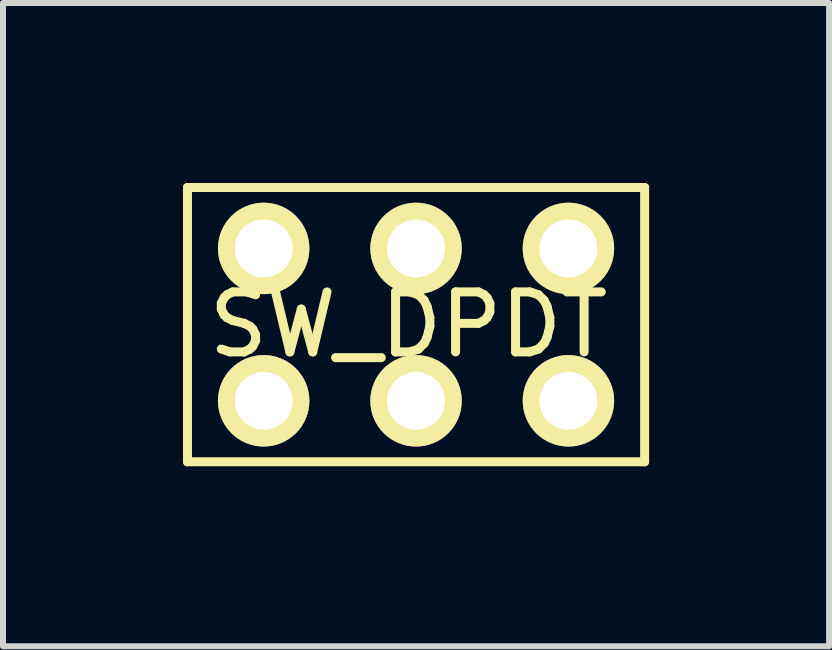
<source format=kicad_pcb>
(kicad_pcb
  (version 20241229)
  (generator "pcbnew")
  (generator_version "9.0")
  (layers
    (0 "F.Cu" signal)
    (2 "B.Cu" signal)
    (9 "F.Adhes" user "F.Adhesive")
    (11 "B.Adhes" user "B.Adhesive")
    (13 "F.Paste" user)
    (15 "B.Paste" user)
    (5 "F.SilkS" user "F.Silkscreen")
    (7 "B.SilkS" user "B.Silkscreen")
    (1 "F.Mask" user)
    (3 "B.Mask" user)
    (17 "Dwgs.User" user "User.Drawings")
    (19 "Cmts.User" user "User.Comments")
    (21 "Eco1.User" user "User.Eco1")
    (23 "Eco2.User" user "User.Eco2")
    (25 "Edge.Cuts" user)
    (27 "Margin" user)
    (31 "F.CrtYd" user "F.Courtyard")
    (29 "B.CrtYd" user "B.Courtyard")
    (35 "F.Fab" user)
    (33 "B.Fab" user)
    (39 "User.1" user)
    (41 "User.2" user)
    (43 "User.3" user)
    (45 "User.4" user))
  (footprint "SW_DPDT"
    (layer "F.Cu")
    (at 3.885 2.361)
    (property "Reference" "SW_DPDT" (at -0.127 0 0) (layer "F.SilkS") (effects (font (size 1 1) (thickness 0.15))))
    (attr through_hole)
    (fp_line (start -3.81 -2.286) (end -3.81 2.286) (stroke (width 0.15) (type solid)) (layer "F.SilkS"))
    (fp_line (start -3.81 -2.286) (end 3.81 -2.286) (stroke (width 0.15) (type solid)) (layer "F.SilkS"))
    (fp_line (start 3.81 -2.286) (end 3.81 2.286) (stroke (width 0.15) (type solid)) (layer "F.SilkS"))
    (fp_line (start 3.81 2.286) (end -3.81 2.286) (stroke (width 0.15) (type solid)) (layer "F.SilkS"))
    (pad "1" thru_hole circle (at -2.54 1.27) (size 1.524 1.524) (drill 0.965) (layers "*.Cu" "*.Mask" "F.SilkS"))
    (pad "2" thru_hole circle (at 0 1.27) (size 1.524 1.524) (drill 0.965) (layers "*.Cu" "*.Mask" "F.SilkS"))
    (pad "3" thru_hole circle (at 2.54 1.27) (size 1.524 1.524) (drill 0.965) (layers "*.Cu" "*.Mask" "F.SilkS"))
    (pad "4" thru_hole circle (at 2.54 -1.27) (size 1.524 1.524) (drill 0.965) (layers "*.Cu" "*.Mask" "F.SilkS"))
    (pad "5" thru_hole circle (at 0 -1.27) (size 1.524 1.524) (drill 0.965) (layers "*.Cu" "*.Mask" "F.SilkS"))
    (pad "6" thru_hole circle (at -2.54 -1.27) (size 1.524 1.524) (drill 0.965) (layers "*.Cu" "*.Mask" "F.SilkS")))
  (gr_rect
    (start -3 -3)
    (end 10.77 7.722)
    (stroke (width 0.1) (type default))
    (fill no)
    (layer "Edge.Cuts")))
</source>
